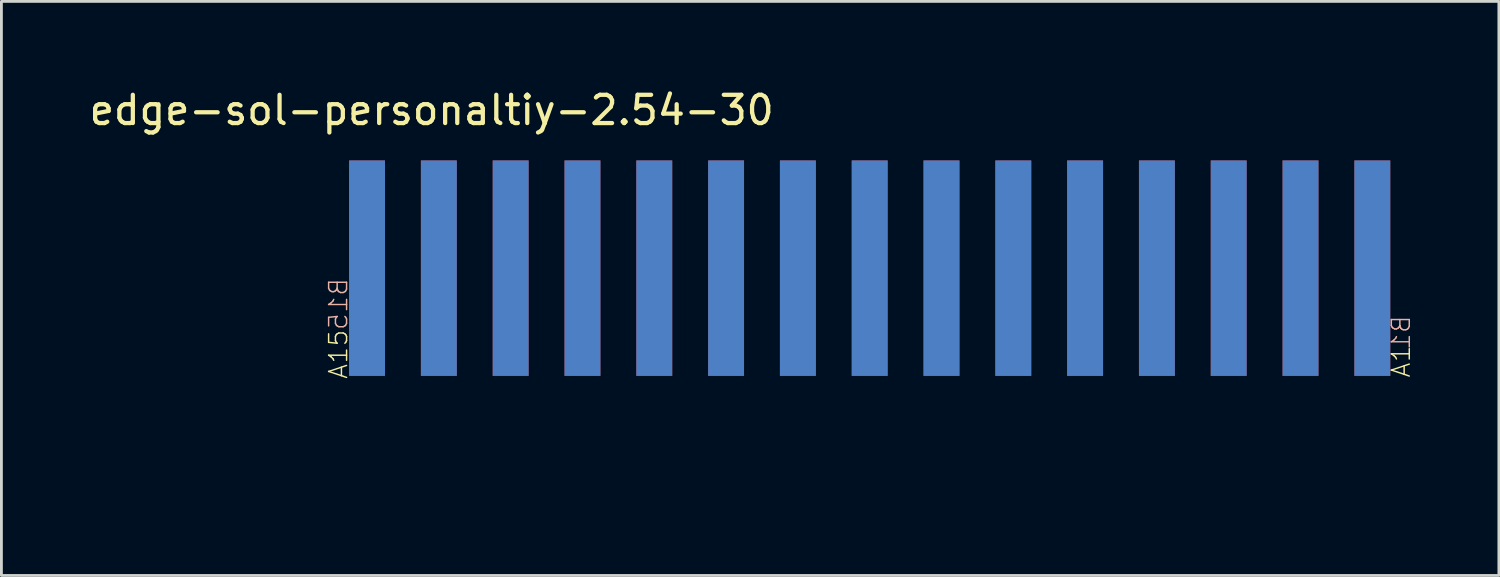
<source format=kicad_pcb>
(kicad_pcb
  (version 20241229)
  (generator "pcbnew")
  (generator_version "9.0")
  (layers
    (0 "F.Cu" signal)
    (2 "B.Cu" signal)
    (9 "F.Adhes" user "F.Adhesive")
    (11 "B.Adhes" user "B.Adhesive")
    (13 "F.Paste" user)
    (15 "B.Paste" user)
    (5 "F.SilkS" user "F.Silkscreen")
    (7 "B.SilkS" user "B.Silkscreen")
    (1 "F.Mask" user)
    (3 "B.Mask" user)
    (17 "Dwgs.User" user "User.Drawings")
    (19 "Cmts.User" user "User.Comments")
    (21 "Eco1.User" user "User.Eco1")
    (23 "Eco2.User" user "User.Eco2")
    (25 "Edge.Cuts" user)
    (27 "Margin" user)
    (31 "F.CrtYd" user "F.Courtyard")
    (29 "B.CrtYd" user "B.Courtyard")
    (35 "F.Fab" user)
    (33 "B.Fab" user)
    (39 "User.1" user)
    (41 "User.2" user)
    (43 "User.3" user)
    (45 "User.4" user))
  (footprint "edge-sol-personaltiy-2.54-30"
    (layer "F.Cu")
    (at 20.094 14.056)
    (property "Reference" "edge-sol-personaltiy-2.54-30" (at -7.874 -13.208 0) (layer "F.SilkS") (effects (font (size 1 1) (thickness 0.15))))
    (attr through_hole)
    (fp_text user "A1" (at 26.416 -4.318 90) (layer "F.SilkS") (effects (font (size 0.635 0.635) (thickness 0.051))))
    (fp_text user "A15" (at -11.176 -4.572 90) (layer "F.SilkS") (effects (font (size 0.635 0.635) (thickness 0.051))))
    (fp_text user "B1" (at 26.416 -5.334 90) (layer "B.SilkS") (effects (font (size 0.635 0.635) (thickness 0.051)) (justify mirror)))
    (fp_text user "B15" (at -11.176 -6.35 90) (layer "B.SilkS") (effects (font (size 0.635 0.635) (thickness 0.051)) (justify mirror)))
    (pad "A1" connect rect (at 25.4 -7.62) (size 1.27 7.62) (layers "F.Cu" "F.Mask"))
    (pad "A2" connect rect (at 22.86 -7.62) (size 1.27 7.62) (layers "F.Cu" "F.Mask"))
    (pad "A3" connect rect (at 20.32 -7.62) (size 1.27 7.62) (layers "F.Cu" "F.Mask"))
    (pad "A4" connect rect (at 17.78 -7.62) (size 1.27 7.62) (layers "F.Cu" "F.Mask"))
    (pad "A5" connect rect (at 15.24 -7.62) (size 1.27 7.62) (layers "F.Cu" "F.Mask"))
    (pad "A6" connect rect (at 12.7 -7.62) (size 1.27 7.62) (layers "F.Cu" "F.Mask"))
    (pad "A7" connect rect (at 10.16 -7.62) (size 1.27 7.62) (layers "F.Cu" "F.Mask"))
    (pad "A8" connect rect (at 7.62 -7.62) (size 1.27 7.62) (layers "F.Cu" "F.Mask"))
    (pad "A9" connect rect (at 5.08 -7.62) (size 1.27 7.62) (layers "F.Cu" "F.Mask"))
    (pad "A10" connect rect (at 2.54 -7.62) (size 1.27 7.62) (layers "F.Cu" "F.Mask"))
    (pad "A11" connect rect (at 0 -7.62) (size 1.27 7.62) (layers "F.Cu" "F.Mask"))
    (pad "A12" connect rect (at -2.54 -7.62) (size 1.27 7.62) (layers "F.Cu" "F.Mask"))
    (pad "A13" connect rect (at -5.08 -7.62) (size 1.27 7.62) (layers "F.Cu" "F.Mask"))
    (pad "A14" connect rect (at -7.62 -7.62) (size 1.27 7.62) (layers "F.Cu" "F.Mask"))
    (pad "A15" connect rect (at -10.16 -7.62) (size 1.27 7.62) (layers "F.Cu" "F.Mask"))
    (pad "B1" connect rect (at 25.4 -7.62) (size 1.27 7.62) (layers "B.Cu" "B.Mask"))
    (pad "B2" connect rect (at 22.86 -7.62) (size 1.27 7.62) (layers "B.Cu" "B.Mask"))
    (pad "B3" connect rect (at 20.32 -7.62) (size 1.27 7.62) (layers "B.Cu" "B.Mask"))
    (pad "B4" connect rect (at 17.78 -7.62) (size 1.27 7.62) (layers "B.Cu" "B.Mask"))
    (pad "B5" connect rect (at 15.24 -7.62) (size 1.27 7.62) (layers "B.Cu" "B.Mask"))
    (pad "B6" connect rect (at 12.7 -7.62) (size 1.27 7.62) (layers "B.Cu" "B.Mask"))
    (pad "B7" connect rect (at 10.16 -7.62) (size 1.27 7.62) (layers "B.Cu" "B.Mask"))
    (pad "B8" connect rect (at 7.62 -7.62) (size 1.27 7.62) (layers "B.Cu" "B.Mask"))
    (pad "B9" connect rect (at 5.08 -7.62) (size 1.27 7.62) (layers "B.Cu" "B.Mask"))
    (pad "B10" connect rect (at 2.54 -7.62) (size 1.27 7.62) (layers "B.Cu" "B.Mask"))
    (pad "B11" connect rect (at 0 -7.62) (size 1.27 7.62) (layers "B.Cu" "B.Mask"))
    (pad "B12" connect rect (at -2.54 -7.62) (size 1.27 7.62) (layers "B.Cu" "B.Mask"))
    (pad "B13" connect rect (at -5.08 -7.62) (size 1.27 7.62) (layers "B.Cu" "B.Mask"))
    (pad "B14" connect rect (at -7.62 -7.62) (size 1.27 7.62) (layers "B.Cu" "B.Mask"))
    (pad "B15" connect rect (at -10.16 -7.62) (size 1.27 7.62) (layers "B.Cu" "B.Mask")))
  (gr_rect
    (start -3 -3)
    (end 49.971 17.306)
    (stroke (width 0.1) (type default))
    (fill no)
    (layer "Edge.Cuts")))
</source>
